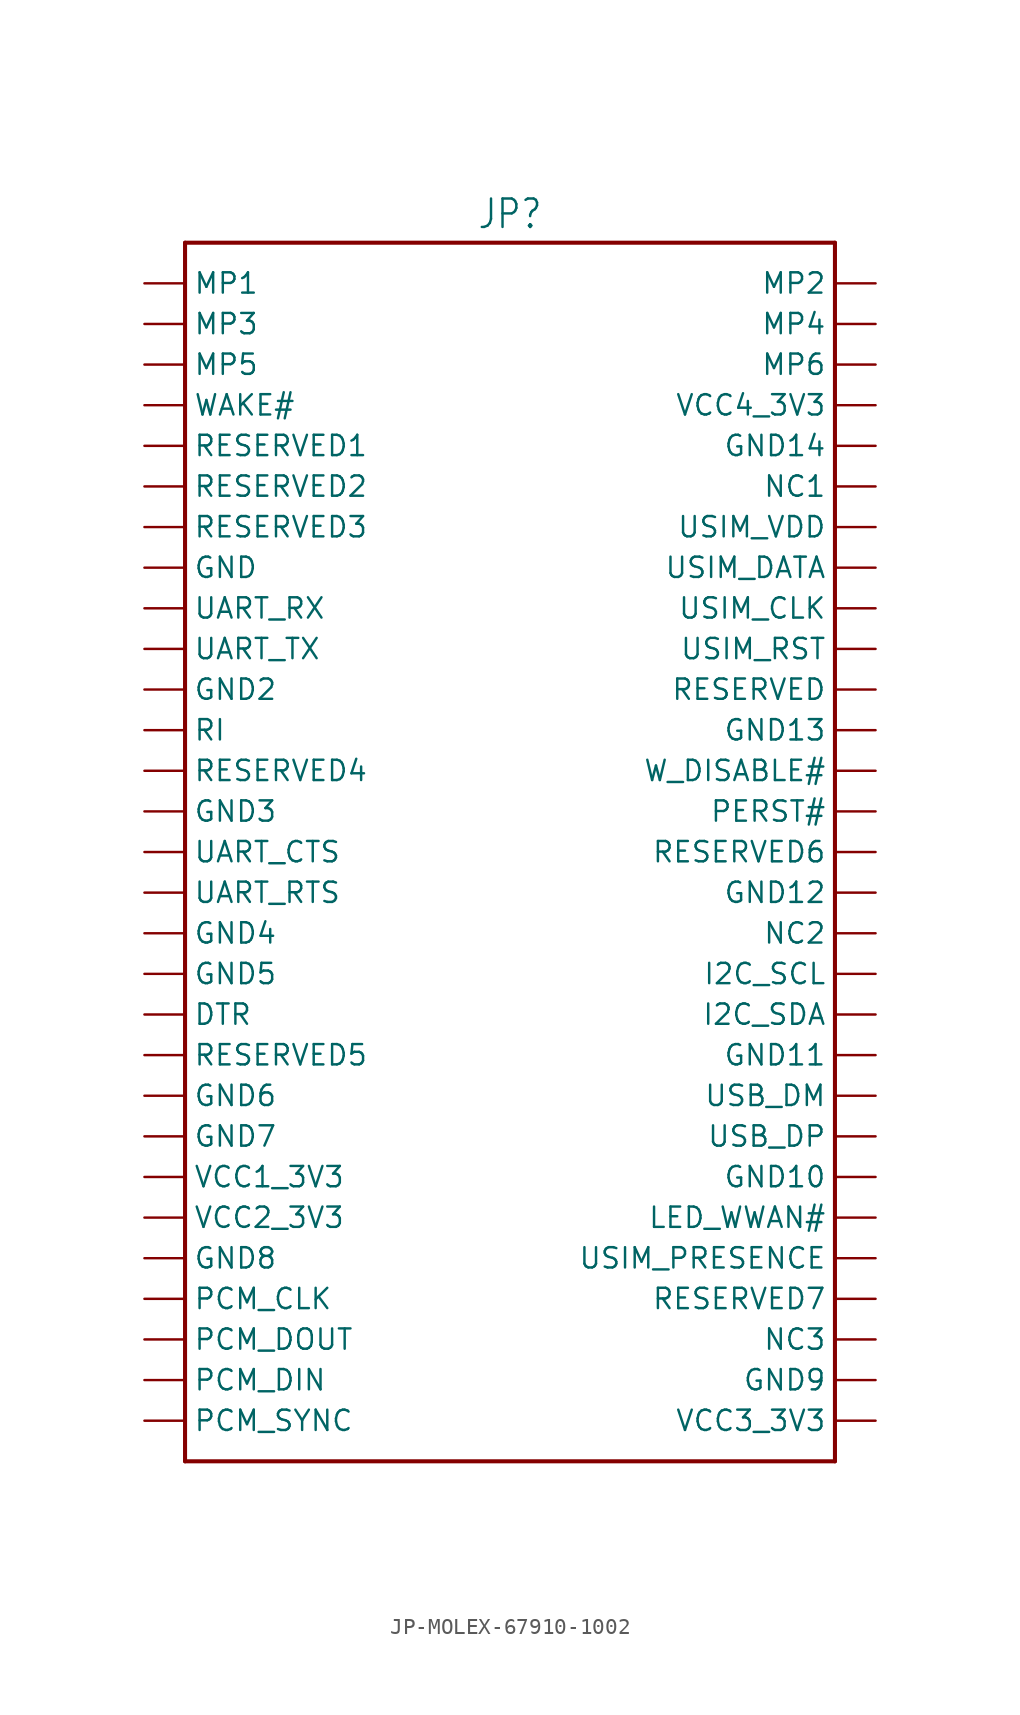
<source format=kicad_sym>
(kicad_symbol_lib
  (version 20231120)
  (generator "kicad_symbol_editor")
  (generator_version "8.0")
  (symbol "JP-MOLEX-67910-1002"
    (property "Reference" "JP"
      (at 0 38.862 0)
      (effects (font (size 1.778 1.511)) (justify bottom)))
    (property "Value" ""
      (at 0 -38.862 0)
      (effects (font (size 1.778 1.511)) (justify top)))
    (property "ki_locked" ""
      (at 0 0 0)
      (effects (font (size 1.27 1.27))))
    (symbol "JP-MOLEX-67910-1002_1_0"
      (polyline (pts (xy -20.32 -38.1) (xy -20.32 38.1)) (stroke (width 0.254) (type solid)) (fill (type none)))
      (polyline (pts (xy -20.32 38.1) (xy 20.32 38.1)) (stroke (width 0.254) (type solid)) (fill (type none)))
      (polyline (pts (xy 20.32 -38.1) (xy -20.32 -38.1)) (stroke (width 0.254) (type solid)) (fill (type none)))
      (polyline (pts (xy 20.32 38.1) (xy 20.32 -38.1)) (stroke (width 0.254) (type solid)) (fill (type none)))
      (pin passive line (at -22.86 27.94 0) (length 2.54) (name "WAKE#" (effects (font (size 1.27 1.27)))) (number "1" (effects (font (size 0 0)))))
      (pin passive line (at 22.86 17.78 180) (length 2.54) (name "USIM_DATA" (effects (font (size 1.27 1.27)))) (number "10" (effects (font (size 0 0)))))
      (pin passive line (at -22.86 15.24 0) (length 2.54) (name "UART_RX" (effects (font (size 1.27 1.27)))) (number "11" (effects (font (size 0 0)))))
      (pin passive line (at 22.86 15.24 180) (length 2.54) (name "USIM_CLK" (effects (font (size 1.27 1.27)))) (number "12" (effects (font (size 0 0)))))
      (pin passive line (at -22.86 12.7 0) (length 2.54) (name "UART_TX" (effects (font (size 1.27 1.27)))) (number "13" (effects (font (size 0 0)))))
      (pin passive line (at 22.86 12.7 180) (length 2.54) (name "USIM_RST" (effects (font (size 1.27 1.27)))) (number "14" (effects (font (size 0 0)))))
      (pin passive line (at -22.86 10.16 0) (length 2.54) (name "GND2" (effects (font (size 1.27 1.27)))) (number "15" (effects (font (size 0 0)))))
      (pin passive line (at 22.86 10.16 180) (length 2.54) (name "RESERVED" (effects (font (size 1.27 1.27)))) (number "16" (effects (font (size 0 0)))))
      (pin passive line (at -22.86 7.62 0) (length 2.54) (name "RI" (effects (font (size 1.27 1.27)))) (number "17" (effects (font (size 0 0)))))
      (pin passive line (at 22.86 7.62 180) (length 2.54) (name "GND13" (effects (font (size 1.27 1.27)))) (number "18" (effects (font (size 0 0)))))
      (pin passive line (at -22.86 5.08 0) (length 2.54) (name "RESERVED4" (effects (font (size 1.27 1.27)))) (number "19" (effects (font (size 0 0)))))
      (pin passive line (at 22.86 27.94 180) (length 2.54) (name "VCC4_3V3" (effects (font (size 1.27 1.27)))) (number "2" (effects (font (size 0 0)))))
      (pin passive line (at 22.86 5.08 180) (length 2.54) (name "W_DISABLE#" (effects (font (size 1.27 1.27)))) (number "20" (effects (font (size 0 0)))))
      (pin passive line (at -22.86 2.54 0) (length 2.54) (name "GND3" (effects (font (size 1.27 1.27)))) (number "21" (effects (font (size 0 0)))))
      (pin passive line (at 22.86 2.54 180) (length 2.54) (name "PERST#" (effects (font (size 1.27 1.27)))) (number "22" (effects (font (size 0 0)))))
      (pin passive line (at -22.86 0 0) (length 2.54) (name "UART_CTS" (effects (font (size 1.27 1.27)))) (number "23" (effects (font (size 0 0)))))
      (pin passive line (at 22.86 0 180) (length 2.54) (name "RESERVED6" (effects (font (size 1.27 1.27)))) (number "24" (effects (font (size 0 0)))))
      (pin passive line (at -22.86 -2.54 0) (length 2.54) (name "UART_RTS" (effects (font (size 1.27 1.27)))) (number "25" (effects (font (size 0 0)))))
      (pin passive line (at 22.86 -2.54 180) (length 2.54) (name "GND12" (effects (font (size 1.27 1.27)))) (number "26" (effects (font (size 0 0)))))
      (pin passive line (at -22.86 -5.08 0) (length 2.54) (name "GND4" (effects (font (size 1.27 1.27)))) (number "27" (effects (font (size 0 0)))))
      (pin passive line (at 22.86 -5.08 180) (length 2.54) (name "NC2" (effects (font (size 1.27 1.27)))) (number "28" (effects (font (size 0 0)))))
      (pin passive line (at -22.86 -7.62 0) (length 2.54) (name "GND5" (effects (font (size 1.27 1.27)))) (number "29" (effects (font (size 0 0)))))
      (pin passive line (at -22.86 25.4 0) (length 2.54) (name "RESERVED1" (effects (font (size 1.27 1.27)))) (number "3" (effects (font (size 0 0)))))
      (pin passive line (at 22.86 -7.62 180) (length 2.54) (name "I2C_SCL" (effects (font (size 1.27 1.27)))) (number "30" (effects (font (size 0 0)))))
      (pin passive line (at -22.86 -10.16 0) (length 2.54) (name "DTR" (effects (font (size 1.27 1.27)))) (number "31" (effects (font (size 0 0)))))
      (pin passive line (at 22.86 -10.16 180) (length 2.54) (name "I2C_SDA" (effects (font (size 1.27 1.27)))) (number "32" (effects (font (size 0 0)))))
      (pin passive line (at -22.86 -12.7 0) (length 2.54) (name "RESERVED5" (effects (font (size 1.27 1.27)))) (number "33" (effects (font (size 0 0)))))
      (pin passive line (at 22.86 -12.7 180) (length 2.54) (name "GND11" (effects (font (size 1.27 1.27)))) (number "34" (effects (font (size 0 0)))))
      (pin passive line (at -22.86 -15.24 0) (length 2.54) (name "GND6" (effects (font (size 1.27 1.27)))) (number "35" (effects (font (size 0 0)))))
      (pin passive line (at 22.86 -15.24 180) (length 2.54) (name "USB_DM" (effects (font (size 1.27 1.27)))) (number "36" (effects (font (size 0 0)))))
      (pin passive line (at -22.86 -17.78 0) (length 2.54) (name "GND7" (effects (font (size 1.27 1.27)))) (number "37" (effects (font (size 0 0)))))
      (pin passive line (at 22.86 -17.78 180) (length 2.54) (name "USB_DP" (effects (font (size 1.27 1.27)))) (number "38" (effects (font (size 0 0)))))
      (pin passive line (at -22.86 -20.32 0) (length 2.54) (name "VCC1_3V3" (effects (font (size 1.27 1.27)))) (number "39" (effects (font (size 0 0)))))
      (pin passive line (at 22.86 25.4 180) (length 2.54) (name "GND14" (effects (font (size 1.27 1.27)))) (number "4" (effects (font (size 0 0)))))
      (pin passive line (at 22.86 -20.32 180) (length 2.54) (name "GND10" (effects (font (size 1.27 1.27)))) (number "40" (effects (font (size 0 0)))))
      (pin passive line (at -22.86 -22.86 0) (length 2.54) (name "VCC2_3V3" (effects (font (size 1.27 1.27)))) (number "41" (effects (font (size 0 0)))))
      (pin passive line (at 22.86 -22.86 180) (length 2.54) (name "LED_WWAN#" (effects (font (size 1.27 1.27)))) (number "42" (effects (font (size 0 0)))))
      (pin passive line (at -22.86 -25.4 0) (length 2.54) (name "GND8" (effects (font (size 1.27 1.27)))) (number "43" (effects (font (size 0 0)))))
      (pin passive line (at 22.86 -25.4 180) (length 2.54) (name "USIM_PRESENCE" (effects (font (size 1.27 1.27)))) (number "44" (effects (font (size 0 0)))))
      (pin passive line (at -22.86 -27.94 0) (length 2.54) (name "PCM_CLK" (effects (font (size 1.27 1.27)))) (number "45" (effects (font (size 0 0)))))
      (pin passive line (at 22.86 -27.94 180) (length 2.54) (name "RESERVED7" (effects (font (size 1.27 1.27)))) (number "46" (effects (font (size 0 0)))))
      (pin passive line (at -22.86 -30.48 0) (length 2.54) (name "PCM_DOUT" (effects (font (size 1.27 1.27)))) (number "47" (effects (font (size 0 0)))))
      (pin passive line (at 22.86 -30.48 180) (length 2.54) (name "NC3" (effects (font (size 1.27 1.27)))) (number "48" (effects (font (size 0 0)))))
      (pin passive line (at -22.86 -33.02 0) (length 2.54) (name "PCM_DIN" (effects (font (size 1.27 1.27)))) (number "49" (effects (font (size 0 0)))))
      (pin passive line (at -22.86 22.86 0) (length 2.54) (name "RESERVED2" (effects (font (size 1.27 1.27)))) (number "5" (effects (font (size 0 0)))))
      (pin passive line (at 22.86 -33.02 180) (length 2.54) (name "GND9" (effects (font (size 1.27 1.27)))) (number "50" (effects (font (size 0 0)))))
      (pin passive line (at -22.86 -35.56 0) (length 2.54) (name "PCM_SYNC" (effects (font (size 1.27 1.27)))) (number "51" (effects (font (size 0 0)))))
      (pin passive line (at 22.86 -35.56 180) (length 2.54) (name "VCC3_3V3" (effects (font (size 1.27 1.27)))) (number "52" (effects (font (size 0 0)))))
      (pin passive line (at 22.86 22.86 180) (length 2.54) (name "NC1" (effects (font (size 1.27 1.27)))) (number "6" (effects (font (size 0 0)))))
      (pin passive line (at -22.86 20.32 0) (length 2.54) (name "RESERVED3" (effects (font (size 1.27 1.27)))) (number "7" (effects (font (size 0 0)))))
      (pin passive line (at 22.86 20.32 180) (length 2.54) (name "USIM_VDD" (effects (font (size 1.27 1.27)))) (number "8" (effects (font (size 0 0)))))
      (pin passive line (at -22.86 17.78 0) (length 2.54) (name "GND" (effects (font (size 1.27 1.27)))) (number "9" (effects (font (size 0 0)))))
      (pin passive line (at -22.86 35.56 0) (length 2.54) (name "MP1" (effects (font (size 1.27 1.27)))) (number "MP1" (effects (font (size 0 0)))))
      (pin passive line (at 22.86 35.56 180) (length 2.54) (name "MP2" (effects (font (size 1.27 1.27)))) (number "MP2" (effects (font (size 0 0)))))
      (pin passive line (at -22.86 33.02 0) (length 2.54) (name "MP3" (effects (font (size 1.27 1.27)))) (number "MP3" (effects (font (size 0 0)))))
      (pin passive line (at 22.86 33.02 180) (length 2.54) (name "MP4" (effects (font (size 1.27 1.27)))) (number "MP4" (effects (font (size 0 0)))))
      (pin passive line (at -22.86 30.48 0) (length 2.54) (name "MP5" (effects (font (size 1.27 1.27)))) (number "MP5" (effects (font (size 0 0)))))
      (pin passive line (at 22.86 30.48 180) (length 2.54) (name "MP6" (effects (font (size 1.27 1.27)))) (number "MP6" (effects (font (size 0 0))))))))
</source>
